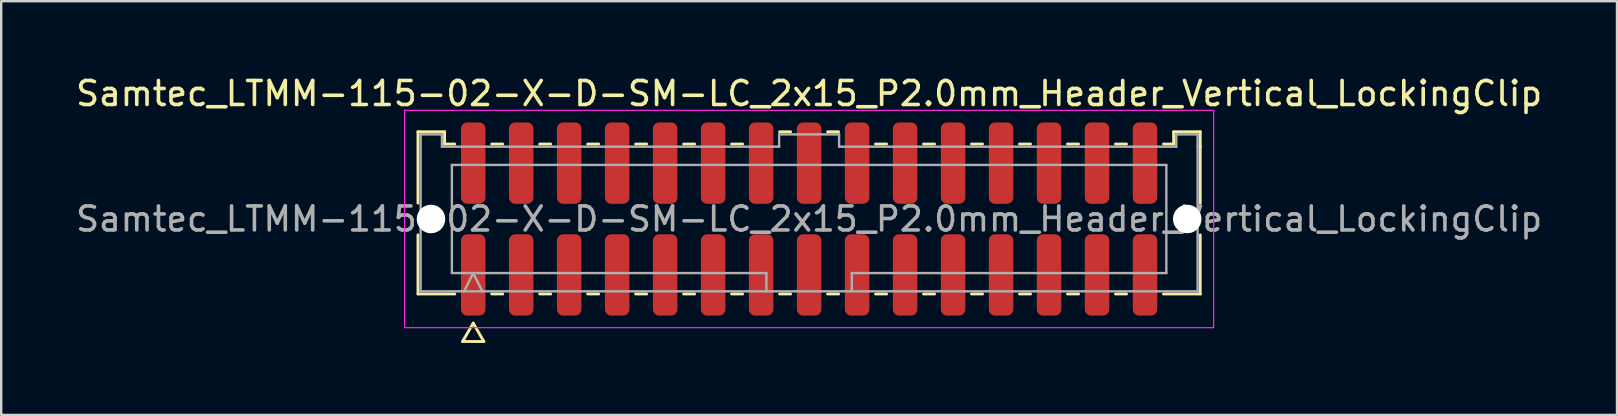
<source format=kicad_pcb>
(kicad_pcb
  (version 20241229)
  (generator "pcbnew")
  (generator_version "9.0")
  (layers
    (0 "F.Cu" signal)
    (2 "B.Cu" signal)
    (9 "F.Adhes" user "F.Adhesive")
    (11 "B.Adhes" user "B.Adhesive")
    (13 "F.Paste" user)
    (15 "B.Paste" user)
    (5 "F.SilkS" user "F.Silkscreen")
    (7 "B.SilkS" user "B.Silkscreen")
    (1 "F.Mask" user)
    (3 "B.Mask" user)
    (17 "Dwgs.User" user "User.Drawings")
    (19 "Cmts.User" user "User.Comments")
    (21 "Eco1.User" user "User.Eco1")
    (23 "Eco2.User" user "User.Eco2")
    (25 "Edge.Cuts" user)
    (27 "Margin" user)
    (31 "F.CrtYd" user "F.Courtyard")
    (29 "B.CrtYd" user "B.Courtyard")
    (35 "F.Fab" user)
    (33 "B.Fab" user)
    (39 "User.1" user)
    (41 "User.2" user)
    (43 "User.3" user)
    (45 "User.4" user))
  (footprint "Samtec_LTMM-115-02-X-D-SM-LC_2x15_P2.0mm_Header_Vertical_LockingClip"
    (layer "F.Cu")
    (at 30.673 6.078)
    (property "Reference" "Samtec_LTMM-115-02-X-D-SM-LC_2x15_P2.0mm_Header_Vertical_LockingClip" (at 0 -5.23 0) (layer "F.SilkS") (effects (font (size 1 1) (thickness 0.15))))
    (attr smd)
    (fp_line (start -16.302 -3.635) (end -15.193 -3.635) (stroke (width 0.12) (type solid)) (layer "F.SilkS"))
    (fp_line (start -16.302 -0.662) (end -16.302 -3.635) (stroke (width 0.12) (type solid)) (layer "F.SilkS"))
    (fp_line (start -16.302 3.125) (end -16.302 0.662) (stroke (width 0.12) (type solid)) (layer "F.SilkS"))
    (fp_line (start -15.193 -3.635) (end -15.193 -3.125) (stroke (width 0.12) (type solid)) (layer "F.SilkS"))
    (fp_line (start -15.193 -3.125) (end -14.77 -3.125) (stroke (width 0.12) (type solid)) (layer "F.SilkS"))
    (fp_line (start -14.77 3.125) (end -16.302 3.125) (stroke (width 0.12) (type solid)) (layer "F.SilkS"))
    (fp_line (start -14.442 5.105) (end -14 4.34) (stroke (width 0.12) (type solid)) (layer "F.SilkS"))
    (fp_line (start -14 4.34) (end -13.558 5.105) (stroke (width 0.12) (type solid)) (layer "F.SilkS"))
    (fp_line (start -13.558 5.105) (end -14.442 5.105) (stroke (width 0.12) (type solid)) (layer "F.SilkS"))
    (fp_line (start -13.23 -3.125) (end -12.77 -3.125) (stroke (width 0.12) (type solid)) (layer "F.SilkS"))
    (fp_line (start -12.77 3.125) (end -13.23 3.125) (stroke (width 0.12) (type solid)) (layer "F.SilkS"))
    (fp_line (start -11.23 -3.125) (end -10.77 -3.125) (stroke (width 0.12) (type solid)) (layer "F.SilkS"))
    (fp_line (start -10.77 3.125) (end -11.23 3.125) (stroke (width 0.12) (type solid)) (layer "F.SilkS"))
    (fp_line (start -9.23 -3.125) (end -8.77 -3.125) (stroke (width 0.12) (type solid)) (layer "F.SilkS"))
    (fp_line (start -8.77 3.125) (end -9.23 3.125) (stroke (width 0.12) (type solid)) (layer "F.SilkS"))
    (fp_line (start -7.23 -3.125) (end -6.77 -3.125) (stroke (width 0.12) (type solid)) (layer "F.SilkS"))
    (fp_line (start -6.77 3.125) (end -7.23 3.125) (stroke (width 0.12) (type solid)) (layer "F.SilkS"))
    (fp_line (start -5.23 -3.125) (end -4.77 -3.125) (stroke (width 0.12) (type solid)) (layer "F.SilkS"))
    (fp_line (start -4.77 3.125) (end -5.23 3.125) (stroke (width 0.12) (type solid)) (layer "F.SilkS"))
    (fp_line (start -3.23 -3.125) (end -2.77 -3.125) (stroke (width 0.12) (type solid)) (layer "F.SilkS"))
    (fp_line (start -2.77 3.125) (end -3.23 3.125) (stroke (width 0.12) (type solid)) (layer "F.SilkS"))
    (fp_line (start -1.23 -3.635) (end -0.77 -3.635) (stroke (width 0.12) (type solid)) (layer "F.SilkS"))
    (fp_line (start -0.77 3.125) (end -1.23 3.125) (stroke (width 0.12) (type solid)) (layer "F.SilkS"))
    (fp_line (start 0.77 -3.635) (end 1.23 -3.635) (stroke (width 0.12) (type solid)) (layer "F.SilkS"))
    (fp_line (start 1.23 3.125) (end 0.77 3.125) (stroke (width 0.12) (type solid)) (layer "F.SilkS"))
    (fp_line (start 2.77 -3.125) (end 3.23 -3.125) (stroke (width 0.12) (type solid)) (layer "F.SilkS"))
    (fp_line (start 3.23 3.125) (end 2.77 3.125) (stroke (width 0.12) (type solid)) (layer "F.SilkS"))
    (fp_line (start 4.77 -3.125) (end 5.23 -3.125) (stroke (width 0.12) (type solid)) (layer "F.SilkS"))
    (fp_line (start 5.23 3.125) (end 4.77 3.125) (stroke (width 0.12) (type solid)) (layer "F.SilkS"))
    (fp_line (start 6.77 -3.125) (end 7.23 -3.125) (stroke (width 0.12) (type solid)) (layer "F.SilkS"))
    (fp_line (start 7.23 3.125) (end 6.77 3.125) (stroke (width 0.12) (type solid)) (layer "F.SilkS"))
    (fp_line (start 8.77 -3.125) (end 9.23 -3.125) (stroke (width 0.12) (type solid)) (layer "F.SilkS"))
    (fp_line (start 9.23 3.125) (end 8.77 3.125) (stroke (width 0.12) (type solid)) (layer "F.SilkS"))
    (fp_line (start 10.77 -3.125) (end 11.23 -3.125) (stroke (width 0.12) (type solid)) (layer "F.SilkS"))
    (fp_line (start 11.23 3.125) (end 10.77 3.125) (stroke (width 0.12) (type solid)) (layer "F.SilkS"))
    (fp_line (start 12.77 -3.125) (end 13.23 -3.125) (stroke (width 0.12) (type solid)) (layer "F.SilkS"))
    (fp_line (start 13.23 3.125) (end 12.77 3.125) (stroke (width 0.12) (type solid)) (layer "F.SilkS"))
    (fp_line (start 14.77 -3.125) (end 15.193 -3.125) (stroke (width 0.12) (type solid)) (layer "F.SilkS"))
    (fp_line (start 15.193 -3.635) (end 16.302 -3.635) (stroke (width 0.12) (type solid)) (layer "F.SilkS"))
    (fp_line (start 15.193 -3.125) (end 15.193 -3.635) (stroke (width 0.12) (type solid)) (layer "F.SilkS"))
    (fp_line (start 16.302 -3.635) (end 16.302 -3.015) (stroke (width 0.12) (type solid)) (layer "F.SilkS"))
    (fp_line (start 16.302 -3.015) (end 16.302 -0.662) (stroke (width 0.12) (type solid)) (layer "F.SilkS"))
    (fp_line (start 16.302 0.662) (end 16.302 3.125) (stroke (width 0.12) (type solid)) (layer "F.SilkS"))
    (fp_line (start 16.302 3.125) (end 14.77 3.125) (stroke (width 0.12) (type solid)) (layer "F.SilkS"))
    (fp_line (start -16.86 -4.53) (end -16.86 4.53) (stroke (width 0.05) (type solid)) (layer "F.CrtYd"))
    (fp_line (start -16.86 4.53) (end 16.86 4.53) (stroke (width 0.05) (type solid)) (layer "F.CrtYd"))
    (fp_line (start 16.86 -4.53) (end -16.86 -4.53) (stroke (width 0.05) (type solid)) (layer "F.CrtYd"))
    (fp_line (start 16.86 4.53) (end 16.86 -4.53) (stroke (width 0.05) (type solid)) (layer "F.CrtYd"))
    (fp_line (start -16.192 -3.525) (end -15.303 -3.525) (stroke (width 0.1) (type solid)) (layer "F.Fab"))
    (fp_line (start -16.192 3.015) (end -16.192 -3.525) (stroke (width 0.1) (type solid)) (layer "F.Fab"))
    (fp_line (start -15.303 -3.525) (end -15.303 -3.015) (stroke (width 0.1) (type solid)) (layer "F.Fab"))
    (fp_line (start -15.303 -3.015) (end -1.25 -3.015) (stroke (width 0.1) (type solid)) (layer "F.Fab"))
    (fp_line (start -14.889 -2.253) (end 14.889 -2.253) (stroke (width 0.1) (type solid)) (layer "F.Fab"))
    (fp_line (start -14.889 2.253) (end -14.889 -2.253) (stroke (width 0.1) (type solid)) (layer "F.Fab"))
    (fp_line (start -14.381 3.015) (end -14 2.253) (stroke (width 0.1) (type solid)) (layer "F.Fab"))
    (fp_line (start -14 2.253) (end -13.619 3.015) (stroke (width 0.1) (type solid)) (layer "F.Fab"))
    (fp_line (start -1.78 2.253) (end -14.889 2.253) (stroke (width 0.1) (type solid)) (layer "F.Fab"))
    (fp_line (start -1.78 3.015) (end -1.78 2.253) (stroke (width 0.1) (type solid)) (layer "F.Fab"))
    (fp_line (start -1.25 -3.525) (end 1.25 -3.525) (stroke (width 0.1) (type solid)) (layer "F.Fab"))
    (fp_line (start -1.25 -3.015) (end -1.25 -3.525) (stroke (width 0.1) (type solid)) (layer "F.Fab"))
    (fp_line (start 1.25 -3.525) (end 1.25 -3.015) (stroke (width 0.1) (type solid)) (layer "F.Fab"))
    (fp_line (start 1.25 -3.015) (end 15.303 -3.015) (stroke (width 0.1) (type solid)) (layer "F.Fab"))
    (fp_line (start 1.78 2.253) (end 1.78 3.015) (stroke (width 0.1) (type solid)) (layer "F.Fab"))
    (fp_line (start 14.889 -2.253) (end 14.889 2.253) (stroke (width 0.1) (type solid)) (layer "F.Fab"))
    (fp_line (start 14.889 2.253) (end 1.78 2.253) (stroke (width 0.1) (type solid)) (layer "F.Fab"))
    (fp_line (start 15.303 -3.525) (end 16.192 -3.525) (stroke (width 0.1) (type solid)) (layer "F.Fab"))
    (fp_line (start 15.303 -3.015) (end 15.303 -3.525) (stroke (width 0.1) (type solid)) (layer "F.Fab"))
    (fp_line (start 16.192 -3.525) (end 16.192 -3.015) (stroke (width 0.1) (type solid)) (layer "F.Fab"))
    (fp_line (start 16.192 -3.015) (end 16.192 3.015) (stroke (width 0.1) (type solid)) (layer "F.Fab"))
    (fp_line (start 16.192 3.015) (end -16.192 3.015) (stroke (width 0.1) (type solid)) (layer "F.Fab"))
    (fp_text user "${REFERENCE}" (at 0 0 0) (layer "F.Fab") (effects (font (size 1 1) (thickness 0.15))))
    (pad "" np_thru_hole circle (at -15.76 0) (size 1.19 1.19) (drill 1.19) (layers "*.Cu" "*.Mask"))
    (pad "" np_thru_hole circle (at 15.76 0) (size 1.19 1.19) (drill 1.19) (layers "*.Cu" "*.Mask"))
    (pad "1" smd roundrect (at -14 2.33) (size 1.02 3.39) (layers "F.Cu" "F.Mask" "F.Paste") (roundrect_rratio 0.25))
    (pad "2" smd roundrect (at -14 -2.33) (size 1.02 3.39) (layers "F.Cu" "F.Mask" "F.Paste") (roundrect_rratio 0.25))
    (pad "3" smd roundrect (at -12 2.33) (size 1.02 3.39) (layers "F.Cu" "F.Mask" "F.Paste") (roundrect_rratio 0.25))
    (pad "4" smd roundrect (at -12 -2.33) (size 1.02 3.39) (layers "F.Cu" "F.Mask" "F.Paste") (roundrect_rratio 0.25))
    (pad "5" smd roundrect (at -10 2.33) (size 1.02 3.39) (layers "F.Cu" "F.Mask" "F.Paste") (roundrect_rratio 0.25))
    (pad "6" smd roundrect (at -10 -2.33) (size 1.02 3.39) (layers "F.Cu" "F.Mask" "F.Paste") (roundrect_rratio 0.25))
    (pad "7" smd roundrect (at -8 2.33) (size 1.02 3.39) (layers "F.Cu" "F.Mask" "F.Paste") (roundrect_rratio 0.25))
    (pad "8" smd roundrect (at -8 -2.33) (size 1.02 3.39) (layers "F.Cu" "F.Mask" "F.Paste") (roundrect_rratio 0.25))
    (pad "9" smd roundrect (at -6 2.33) (size 1.02 3.39) (layers "F.Cu" "F.Mask" "F.Paste") (roundrect_rratio 0.25))
    (pad "10" smd roundrect (at -6 -2.33) (size 1.02 3.39) (layers "F.Cu" "F.Mask" "F.Paste") (roundrect_rratio 0.25))
    (pad "11" smd roundrect (at -4 2.33) (size 1.02 3.39) (layers "F.Cu" "F.Mask" "F.Paste") (roundrect_rratio 0.25))
    (pad "12" smd roundrect (at -4 -2.33) (size 1.02 3.39) (layers "F.Cu" "F.Mask" "F.Paste") (roundrect_rratio 0.25))
    (pad "13" smd roundrect (at -2 2.33) (size 1.02 3.39) (layers "F.Cu" "F.Mask" "F.Paste") (roundrect_rratio 0.25))
    (pad "14" smd roundrect (at -2 -2.33) (size 1.02 3.39) (layers "F.Cu" "F.Mask" "F.Paste") (roundrect_rratio 0.25))
    (pad "15" smd roundrect (at 0 2.33) (size 1.02 3.39) (layers "F.Cu" "F.Mask" "F.Paste") (roundrect_rratio 0.25))
    (pad "16" smd roundrect (at 0 -2.33) (size 1.02 3.39) (layers "F.Cu" "F.Mask" "F.Paste") (roundrect_rratio 0.25))
    (pad "17" smd roundrect (at 2 2.33) (size 1.02 3.39) (layers "F.Cu" "F.Mask" "F.Paste") (roundrect_rratio 0.25))
    (pad "18" smd roundrect (at 2 -2.33) (size 1.02 3.39) (layers "F.Cu" "F.Mask" "F.Paste") (roundrect_rratio 0.25))
    (pad "19" smd roundrect (at 4 2.33) (size 1.02 3.39) (layers "F.Cu" "F.Mask" "F.Paste") (roundrect_rratio 0.25))
    (pad "20" smd roundrect (at 4 -2.33) (size 1.02 3.39) (layers "F.Cu" "F.Mask" "F.Paste") (roundrect_rratio 0.25))
    (pad "21" smd roundrect (at 6 2.33) (size 1.02 3.39) (layers "F.Cu" "F.Mask" "F.Paste") (roundrect_rratio 0.25))
    (pad "22" smd roundrect (at 6 -2.33) (size 1.02 3.39) (layers "F.Cu" "F.Mask" "F.Paste") (roundrect_rratio 0.25))
    (pad "23" smd roundrect (at 8 2.33) (size 1.02 3.39) (layers "F.Cu" "F.Mask" "F.Paste") (roundrect_rratio 0.25))
    (pad "24" smd roundrect (at 8 -2.33) (size 1.02 3.39) (layers "F.Cu" "F.Mask" "F.Paste") (roundrect_rratio 0.25))
    (pad "25" smd roundrect (at 10 2.33) (size 1.02 3.39) (layers "F.Cu" "F.Mask" "F.Paste") (roundrect_rratio 0.25))
    (pad "26" smd roundrect (at 10 -2.33) (size 1.02 3.39) (layers "F.Cu" "F.Mask" "F.Paste") (roundrect_rratio 0.25))
    (pad "27" smd roundrect (at 12 2.33) (size 1.02 3.39) (layers "F.Cu" "F.Mask" "F.Paste") (roundrect_rratio 0.25))
    (pad "28" smd roundrect (at 12 -2.33) (size 1.02 3.39) (layers "F.Cu" "F.Mask" "F.Paste") (roundrect_rratio 0.25))
    (pad "29" smd roundrect (at 14 2.33) (size 1.02 3.39) (layers "F.Cu" "F.Mask" "F.Paste") (roundrect_rratio 0.25))
    (pad "30" smd roundrect (at 14 -2.33) (size 1.02 3.39) (layers "F.Cu" "F.Mask" "F.Paste") (roundrect_rratio 0.25)))
  (gr_rect
    (start -3 -3)
    (end 64.345 14.243)
    (stroke (width 0.1) (type default))
    (fill no)
    (layer "Edge.Cuts")))
</source>
